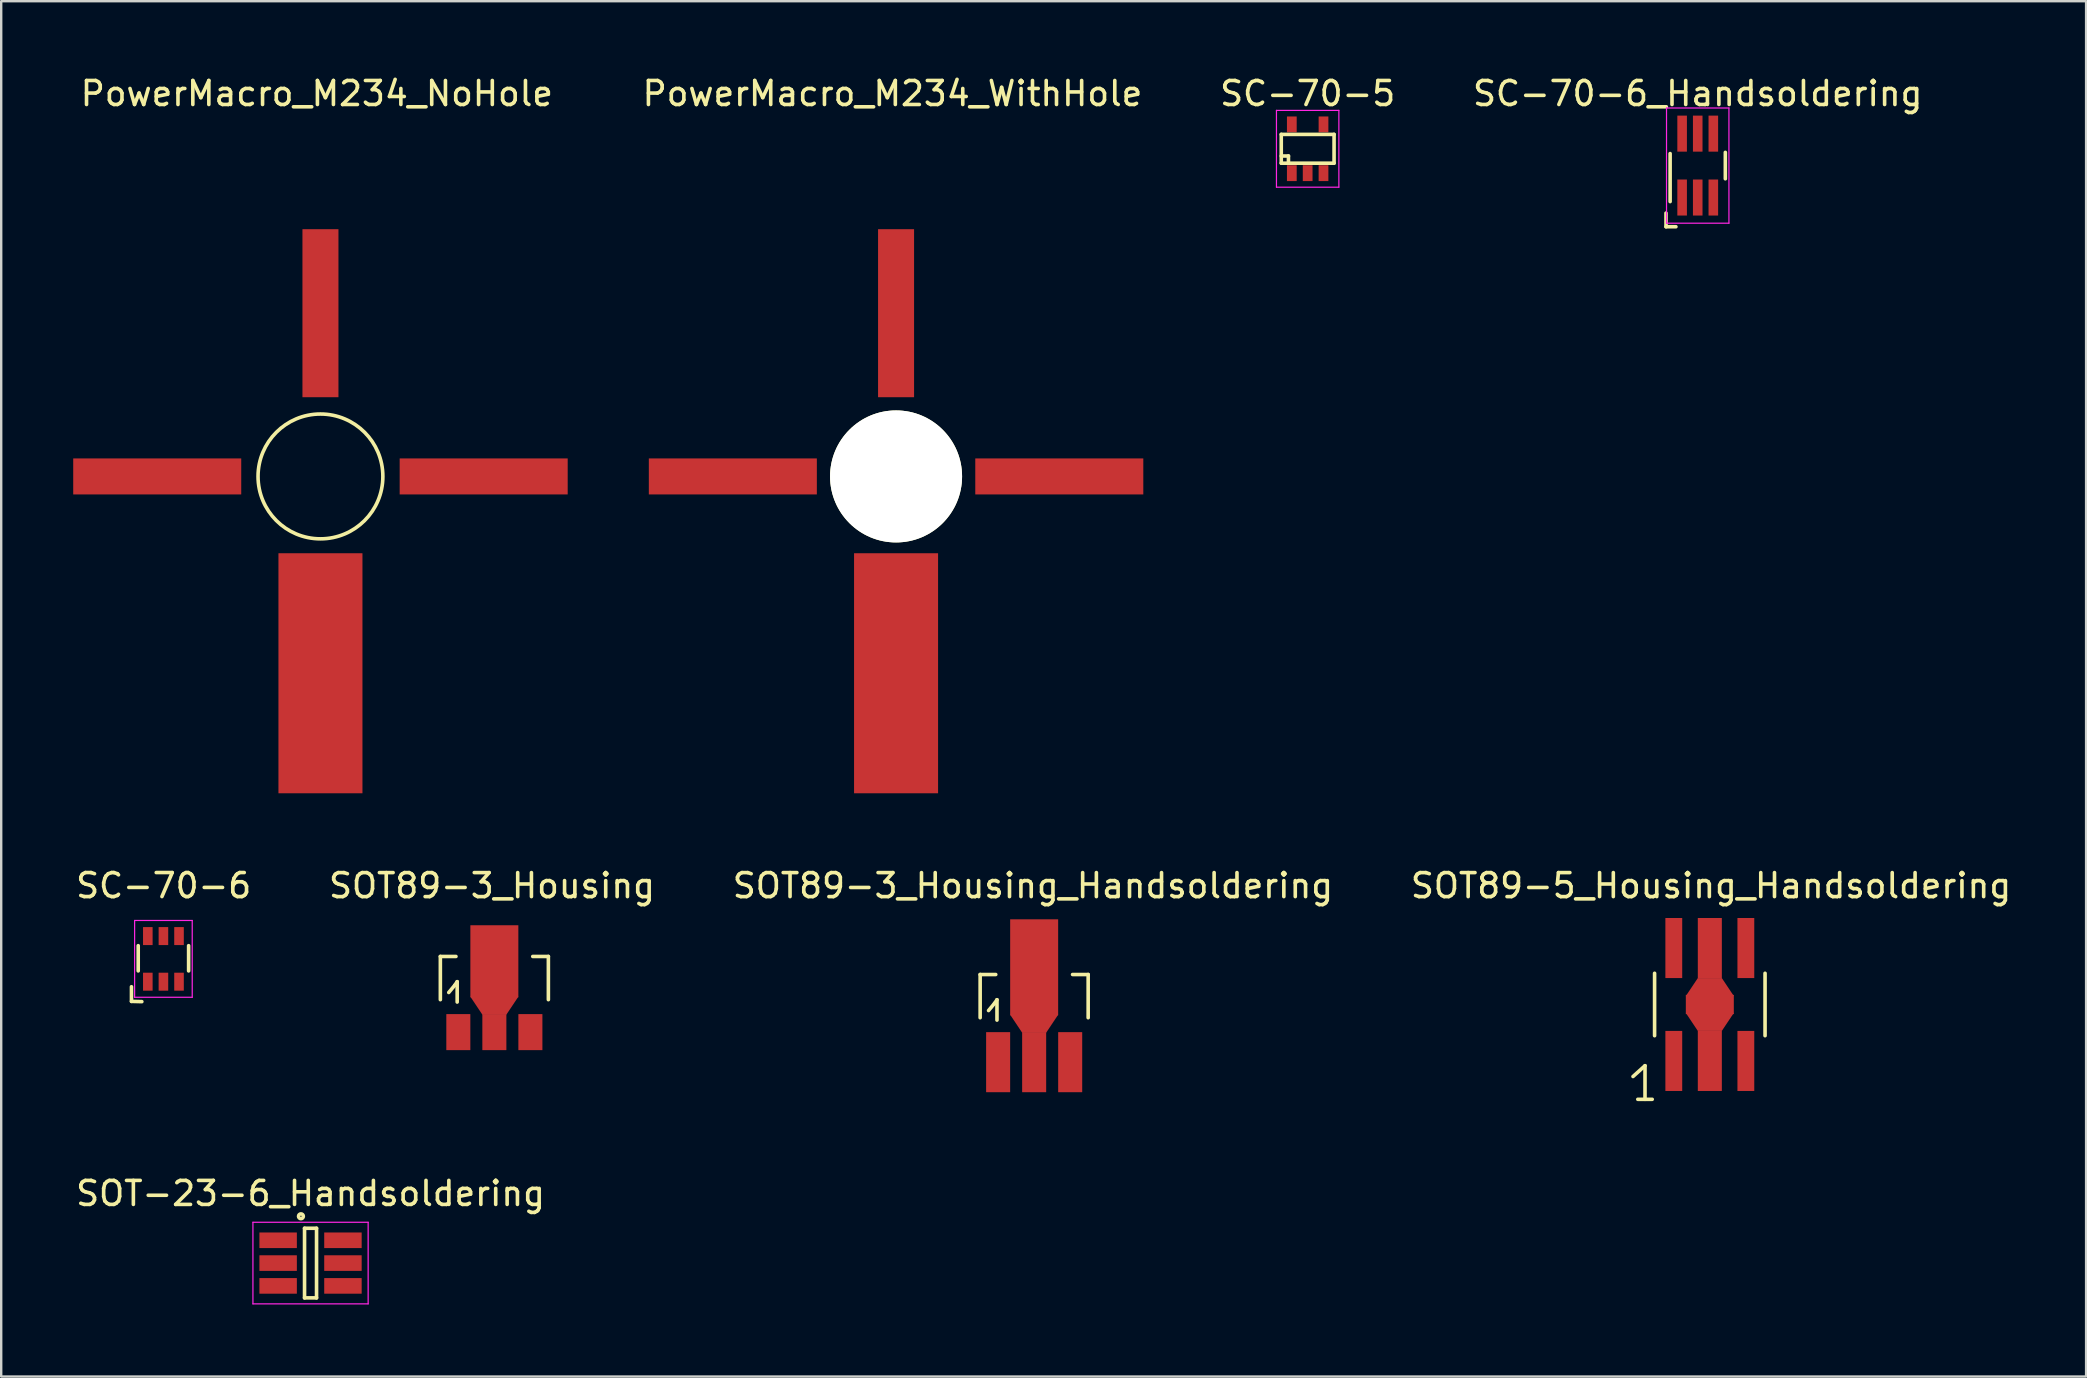
<source format=kicad_pcb>
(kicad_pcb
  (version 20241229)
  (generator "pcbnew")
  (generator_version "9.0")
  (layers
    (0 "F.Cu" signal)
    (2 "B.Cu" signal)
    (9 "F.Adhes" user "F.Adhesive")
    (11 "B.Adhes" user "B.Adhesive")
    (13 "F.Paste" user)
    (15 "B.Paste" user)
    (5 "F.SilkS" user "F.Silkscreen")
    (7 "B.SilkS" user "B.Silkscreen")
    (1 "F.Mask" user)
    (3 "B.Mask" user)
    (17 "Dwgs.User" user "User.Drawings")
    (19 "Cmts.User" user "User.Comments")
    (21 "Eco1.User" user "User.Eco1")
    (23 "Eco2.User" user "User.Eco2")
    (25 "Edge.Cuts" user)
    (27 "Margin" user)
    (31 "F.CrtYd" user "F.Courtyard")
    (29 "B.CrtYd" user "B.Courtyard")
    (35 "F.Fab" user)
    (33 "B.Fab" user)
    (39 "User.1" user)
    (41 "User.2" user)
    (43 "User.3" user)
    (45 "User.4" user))
  (footprint "SOT-23-6_Handsoldering"
    (layer "F.Cu")
    (at 9.887 49.57)
    (property "Reference" "SOT-23-6_Handsoldering" (at 0 -2.9 0) (layer "F.SilkS") (effects (font (size 1 1) (thickness 0.15))))
    (attr smd)
    (fp_line (start -0.25 -1.45) (end -0.25 1.45) (stroke (width 0.15) (type solid)) (layer "F.SilkS"))
    (fp_line (start -0.25 1.45) (end 0.25 1.45) (stroke (width 0.15) (type solid)) (layer "F.SilkS"))
    (fp_line (start 0.25 -1.45) (end -0.25 -1.45) (stroke (width 0.15) (type solid)) (layer "F.SilkS"))
    (fp_line (start 0.25 1.45) (end 0.25 -1.45) (stroke (width 0.15) (type solid)) (layer "F.SilkS"))
    (fp_circle (center -0.4 -1.95) (end -0.3 -1.95) (stroke (width 0.15) (type solid)) (fill no) (layer "F.SilkS"))
    (fp_line (start -2.4 -1.7) (end 2.4 -1.7) (stroke (width 0.05) (type solid)) (layer "F.CrtYd"))
    (fp_line (start -2.4 1.7) (end -2.4 -1.7) (stroke (width 0.05) (type solid)) (layer "F.CrtYd"))
    (fp_line (start 2.4 -1.7) (end 2.4 1.7) (stroke (width 0.05) (type solid)) (layer "F.CrtYd"))
    (fp_line (start 2.4 1.7) (end -2.4 1.7) (stroke (width 0.05) (type solid)) (layer "F.CrtYd"))
    (pad "1" smd rect (at -1.35 -0.95) (size 1.56 0.65) (layers "F.Cu" "F.Mask" "F.Paste"))
    (pad "2" smd rect (at -1.35 0) (size 1.56 0.65) (layers "F.Cu" "F.Mask" "F.Paste"))
    (pad "3" smd rect (at -1.35 0.95) (size 1.56 0.65) (layers "F.Cu" "F.Mask" "F.Paste"))
    (pad "4" smd rect (at 1.35 0.95) (size 1.56 0.65) (layers "F.Cu" "F.Mask" "F.Paste"))
    (pad "5" smd rect (at 1.35 0) (size 1.56 0.65) (layers "F.Cu" "F.Mask" "F.Paste"))
    (pad "6" smd rect (at 1.35 -0.95) (size 1.56 0.65) (layers "F.Cu" "F.Mask" "F.Paste")))
  (footprint "SOT89-3_Housing"
    (layer "F.Cu")
    (at 17.545 38.096)
    (property "Reference" "SOT89-3_Housing" (at -0.099 -4.249 0) (layer "F.SilkS") (effects (font (size 1 1) (thickness 0.15))))
    (attr smd)
    (fp_line (start -2.25 -1.3) (end -2.25 0.5) (stroke (width 0.15) (type solid)) (layer "F.SilkS"))
    (fp_line (start -2.25 -1.3) (end -1.6 -1.3) (stroke (width 0.15) (type solid)) (layer "F.SilkS"))
    (fp_line (start -1.9 0.201) (end -1.651 -0.099) (stroke (width 0.15) (type solid)) (layer "F.SilkS"))
    (fp_line (start -1.651 -0.099) (end -1.549 -0.249) (stroke (width 0.15) (type solid)) (layer "F.SilkS"))
    (fp_line (start -1.549 -0.249) (end -1.549 0.599) (stroke (width 0.15) (type solid)) (layer "F.SilkS"))
    (fp_line (start 2.25 -1.3) (end 1.6 -1.3) (stroke (width 0.15) (type solid)) (layer "F.SilkS"))
    (fp_line (start 2.25 -1.3) (end 2.25 0.5) (stroke (width 0.15) (type solid)) (layer "F.SilkS"))
    (pad "1" smd rect (at -1.501 1.852) (size 1.001 1.501) (layers "F.Cu" "F.Mask" "F.Paste"))
    (pad "2" smd rect (at 0 -1.1) (size 1.999 3) (layers "F.Cu" "F.Mask" "F.Paste"))
    (pad "2" smd trapezoid (at 0 0.749 180) (size 1.501 0.749) (rect_delta 0 0.5) (layers "F.Cu" "F.Mask" "F.Paste"))
    (pad "2" smd rect (at 0 1.852) (size 1.001 1.501) (layers "F.Cu" "F.Mask" "F.Paste"))
    (pad "3" smd rect (at 1.501 1.852) (size 1.001 1.501) (layers "F.Cu" "F.Mask" "F.Paste")))
  (footprint "SC-70-5"
    (layer "F.Cu")
    (at 51.427 3.148)
    (property "Reference" "SC-70-5" (at 0 -2.3 0) (layer "F.SilkS") (effects (font (size 1 1) (thickness 0.15))))
    (attr smd)
    (fp_line (start -1.1 -0.6) (end -1.1 0.6) (stroke (width 0.15) (type solid)) (layer "F.SilkS"))
    (fp_line (start -1.1 0.3) (end -0.8 0.3) (stroke (width 0.15) (type solid)) (layer "F.SilkS"))
    (fp_line (start -1.1 0.6) (end 1.1 0.6) (stroke (width 0.15) (type solid)) (layer "F.SilkS"))
    (fp_line (start -0.8 0.3) (end -0.8 0.6) (stroke (width 0.15) (type solid)) (layer "F.SilkS"))
    (fp_line (start 1.1 -0.6) (end -1.1 -0.6) (stroke (width 0.15) (type solid)) (layer "F.SilkS"))
    (fp_line (start 1.1 0.6) (end 1.1 -0.6) (stroke (width 0.15) (type solid)) (layer "F.SilkS"))
    (fp_line (start -1.3 -1.6) (end 1.3 -1.6) (stroke (width 0.05) (type solid)) (layer "F.CrtYd"))
    (fp_line (start -1.3 1.6) (end -1.3 -1.6) (stroke (width 0.05) (type solid)) (layer "F.CrtYd"))
    (fp_line (start 1.3 -1.6) (end 1.3 1.6) (stroke (width 0.05) (type solid)) (layer "F.CrtYd"))
    (fp_line (start 1.3 1.6) (end -1.3 1.6) (stroke (width 0.05) (type solid)) (layer "F.CrtYd"))
    (pad "1" smd rect (at -0.66 1.016) (size 0.406 0.66) (layers "F.Cu" "F.Mask" "F.Paste"))
    (pad "2" smd rect (at 0 1.016) (size 0.406 0.66) (layers "F.Cu" "F.Mask" "F.Paste"))
    (pad "3" smd rect (at 0.66 1.016) (size 0.406 0.66) (layers "F.Cu" "F.Mask" "F.Paste"))
    (pad "4" smd rect (at 0.66 -1.016) (size 0.406 0.66) (layers "F.Cu" "F.Mask" "F.Paste"))
    (pad "5" smd rect (at -0.66 -1.016) (size 0.406 0.66) (layers "F.Cu" "F.Mask" "F.Paste")))
  (footprint "PowerMacro_M234_WithHole"
    (layer "F.Cu")
    (at 34.28 16.798)
    (property "Reference" "PowerMacro_M234_WithHole" (at -0.15 -15.95 0) (layer "F.SilkS") (effects (font (size 1 1) (thickness 0.15))))
    (attr smd)
    (pad "" np_thru_hole circle (at 0 0) (size 5.5 5.5) (drill 5.5) (layers "*.Cu" "*.Mask" "F.SilkS"))
    (pad "1" smd rect (at 0 -6.8) (size 1.5 7) (layers "F.Cu" "F.Mask" "F.Paste"))
    (pad "2" smd rect (at -6.8 0) (size 7 1.5) (layers "F.Cu" "F.Mask" "F.Paste"))
    (pad "3" smd rect (at 0 8.2) (size 3.5 10) (layers "F.Cu" "F.Mask" "F.Paste"))
    (pad "4" smd rect (at 6.8 0) (size 7 1.5) (layers "F.Cu" "F.Mask" "F.Paste")))
  (footprint "SOT89-3_Housing_Handsoldering"
    (layer "F.Cu")
    (at 40.033 38.848)
    (property "Reference" "SOT89-3_Housing_Handsoldering" (at -0.051 -5.001 0) (layer "F.SilkS") (effects (font (size 1 1) (thickness 0.15))))
    (attr smd)
    (fp_line (start -2.25 -1.3) (end -2.25 0.5) (stroke (width 0.15) (type solid)) (layer "F.SilkS"))
    (fp_line (start -2.25 -1.3) (end -1.6 -1.3) (stroke (width 0.15) (type solid)) (layer "F.SilkS"))
    (fp_line (start -1.9 0.201) (end -1.651 -0.099) (stroke (width 0.15) (type solid)) (layer "F.SilkS"))
    (fp_line (start -1.651 -0.099) (end -1.549 -0.249) (stroke (width 0.15) (type solid)) (layer "F.SilkS"))
    (fp_line (start -1.549 -0.249) (end -1.549 0.599) (stroke (width 0.15) (type solid)) (layer "F.SilkS"))
    (fp_line (start 2.25 -1.3) (end 1.6 -1.3) (stroke (width 0.15) (type solid)) (layer "F.SilkS"))
    (fp_line (start 2.25 -1.3) (end 2.25 0.5) (stroke (width 0.15) (type solid)) (layer "F.SilkS"))
    (pad "1" smd rect (at -1.501 2.352) (size 1.001 2.502) (layers "F.Cu" "F.Mask" "F.Paste"))
    (pad "2" smd rect (at 0 -1.6) (size 1.999 4) (layers "F.Cu" "F.Mask" "F.Paste"))
    (pad "2" smd trapezoid (at 0 0.749 180) (size 1.501 0.749) (rect_delta 0 0.5) (layers "F.Cu" "F.Mask" "F.Paste"))
    (pad "2" smd rect (at 0 2.352) (size 1.001 2.502) (layers "F.Cu" "F.Mask" "F.Paste"))
    (pad "3" smd rect (at 1.501 2.352) (size 1.001 2.502) (layers "F.Cu" "F.Mask" "F.Paste")))
  (footprint "PowerMacro_M234_NoHole"
    (layer "F.Cu")
    (at 10.3 16.798)
    (property "Reference" "PowerMacro_M234_NoHole" (at -0.15 -15.95 0) (layer "F.SilkS") (effects (font (size 1 1) (thickness 0.15))))
    (attr smd)
    (fp_circle (center 0 0) (end 2.6 0) (stroke (width 0.15) (type solid)) (fill no) (layer "F.SilkS"))
    (pad "1" smd rect (at 0 -6.8) (size 1.5 7) (layers "F.Cu" "F.Mask" "F.Paste"))
    (pad "2" smd rect (at -6.8 0) (size 7 1.5) (layers "F.Cu" "F.Mask" "F.Paste"))
    (pad "3" smd rect (at 0 8.2) (size 3.5 10) (layers "F.Cu" "F.Mask" "F.Paste"))
    (pad "4" smd rect (at 6.8 0) (size 7 1.5) (layers "F.Cu" "F.Mask" "F.Paste")))
  (footprint "SOT89-5_Housing_Handsoldering"
    (layer "F.Cu")
    (at 68.181 38.797)
    (property "Reference" "SOT89-5_Housing_Handsoldering" (at 0.051 -4.95 0) (layer "F.SilkS") (effects (font (size 1 1) (thickness 0.15))))
    (attr smd)
    (fp_line (start -3.2 3) (end -2.7 2.55) (stroke (width 0.15) (type solid)) (layer "F.SilkS"))
    (fp_line (start -3 3.95) (end -2.4 3.95) (stroke (width 0.15) (type solid)) (layer "F.SilkS"))
    (fp_line (start -2.7 2.55) (end -2.7 3.95) (stroke (width 0.15) (type solid)) (layer "F.SilkS"))
    (fp_line (start -2.301 1.3) (end -2.301 -1.3) (stroke (width 0.15) (type solid)) (layer "F.SilkS"))
    (fp_line (start 2.301 -1.3) (end 2.301 1.3) (stroke (width 0.15) (type solid)) (layer "F.SilkS"))
    (pad "1" smd rect (at -1.501 2.352) (size 0.701 2.502) (layers "F.Cu" "F.Mask" "F.Paste"))
    (pad "2" smd rect (at 0 -2.352) (size 1.001 2.502) (layers "F.Cu" "F.Mask" "F.Paste"))
    (pad "2" smd trapezoid (at 0 -0.726) (size 1.501 0.749) (rect_delta 0 0.5) (layers "F.Cu" "F.Mask" "F.Paste"))
    (pad "2" smd rect (at 0 0) (size 1.999 0.8) (layers "F.Cu" "F.Mask" "F.Paste"))
    (pad "2" smd trapezoid (at 0 0.726 180) (size 1.501 0.749) (rect_delta 0 0.5) (layers "F.Cu" "F.Mask" "F.Paste"))
    (pad "2" smd rect (at 0 2.352) (size 1.001 2.502) (layers "F.Cu" "F.Mask" "F.Paste"))
    (pad "3" smd rect (at 1.501 2.352) (size 0.701 2.502) (layers "F.Cu" "F.Mask" "F.Paste"))
    (pad "4" smd rect (at 1.501 -2.352) (size 0.701 2.502) (layers "F.Cu" "F.Mask" "F.Paste"))
    (pad "5" smd rect (at -1.501 -2.352) (size 0.701 2.502) (layers "F.Cu" "F.Mask" "F.Paste")))
  (footprint "SC-70-6"
    (layer "F.Cu")
    (at 3.758 36.897)
    (property "Reference" "SC-70-6" (at 0.01 -3.051 0) (layer "F.SilkS") (effects (font (size 1 1) (thickness 0.15))))
    (attr smd)
    (fp_line (start -1.331 1.161) (end -1.331 1.77) (stroke (width 0.15) (type solid)) (layer "F.SilkS"))
    (fp_line (start -1.331 1.77) (end -0.899 1.781) (stroke (width 0.15) (type solid)) (layer "F.SilkS"))
    (fp_line (start -1.05 -0.55) (end -1.05 0.5) (stroke (width 0.15) (type solid)) (layer "F.SilkS"))
    (fp_line (start 1.05 0.5) (end 1.05 -0.55) (stroke (width 0.15) (type solid)) (layer "F.SilkS"))
    (fp_line (start -1.2 -1.6) (end 1.2 -1.6) (stroke (width 0.05) (type solid)) (layer "F.CrtYd"))
    (fp_line (start -1.2 1.6) (end -1.2 -1.6) (stroke (width 0.05) (type solid)) (layer "F.CrtYd"))
    (fp_line (start 1.2 -1.6) (end 1.2 1.6) (stroke (width 0.05) (type solid)) (layer "F.CrtYd"))
    (fp_line (start 1.2 1.6) (end -1.2 1.6) (stroke (width 0.05) (type solid)) (layer "F.CrtYd"))
    (pad "1" smd rect (at -0.65 0.95) (size 0.399 0.749) (layers "F.Cu" "F.Mask" "F.Paste"))
    (pad "2" smd rect (at 0 0.95) (size 0.399 0.749) (layers "F.Cu" "F.Mask" "F.Paste"))
    (pad "3" smd rect (at 0.65 0.95) (size 0.399 0.749) (layers "F.Cu" "F.Mask" "F.Paste"))
    (pad "4" smd rect (at 0.65 -0.95) (size 0.399 0.749) (layers "F.Cu" "F.Mask" "F.Paste"))
    (pad "5" smd rect (at 0 -0.95) (size 0.399 0.749) (layers "F.Cu" "F.Mask" "F.Paste"))
    (pad "6" smd rect (at -0.65 -0.95) (size 0.399 0.749) (layers "F.Cu" "F.Mask" "F.Paste")))
  (footprint "SC-70-6_Handsoldering"
    (layer "F.Cu")
    (at 67.677 3.848)
    (property "Reference" "SC-70-6_Handsoldering" (at 0 -3 0) (layer "F.SilkS") (effects (font (size 1 1) (thickness 0.15))))
    (attr smd)
    (fp_line (start -1.321 1.979) (end -1.321 2.548) (stroke (width 0.15) (type solid)) (layer "F.SilkS"))
    (fp_line (start -1.321 2.548) (end -0.909 2.548) (stroke (width 0.15) (type solid)) (layer "F.SilkS"))
    (fp_line (start -1.15 -0.5) (end -1.15 1.5) (stroke (width 0.15) (type solid)) (layer "F.SilkS"))
    (fp_line (start 1.15 -0.55) (end 1.15 0.55) (stroke (width 0.15) (type solid)) (layer "F.SilkS"))
    (fp_line (start -1.3 -2.4) (end -1.3 2.4) (stroke (width 0.05) (type solid)) (layer "F.CrtYd"))
    (fp_line (start -1.3 2.4) (end 1.3 2.4) (stroke (width 0.05) (type solid)) (layer "F.CrtYd"))
    (fp_line (start 1.3 -2.4) (end -1.3 -2.4) (stroke (width 0.05) (type solid)) (layer "F.CrtYd"))
    (fp_line (start 1.3 2.4) (end 1.3 -2.4) (stroke (width 0.05) (type solid)) (layer "F.CrtYd"))
    (pad "1" smd rect (at -0.65 1.331) (size 0.399 1.501) (layers "F.Cu" "F.Mask" "F.Paste"))
    (pad "2" smd rect (at 0 1.331) (size 0.399 1.501) (layers "F.Cu" "F.Mask" "F.Paste"))
    (pad "3" smd rect (at 0.65 1.331) (size 0.399 1.501) (layers "F.Cu" "F.Mask" "F.Paste"))
    (pad "4" smd rect (at 0.65 -1.331) (size 0.399 1.501) (layers "F.Cu" "F.Mask" "F.Paste"))
    (pad "5" smd rect (at 0 -1.331) (size 0.399 1.501) (layers "F.Cu" "F.Mask" "F.Paste"))
    (pad "6" smd rect (at -0.65 -1.331) (size 0.399 1.501) (layers "F.Cu" "F.Mask" "F.Paste")))
  (gr_rect
    (start -3 -3)
    (end 83.857 54.295)
    (stroke (width 0.1) (type default))
    (fill no)
    (layer "Edge.Cuts")))
</source>
